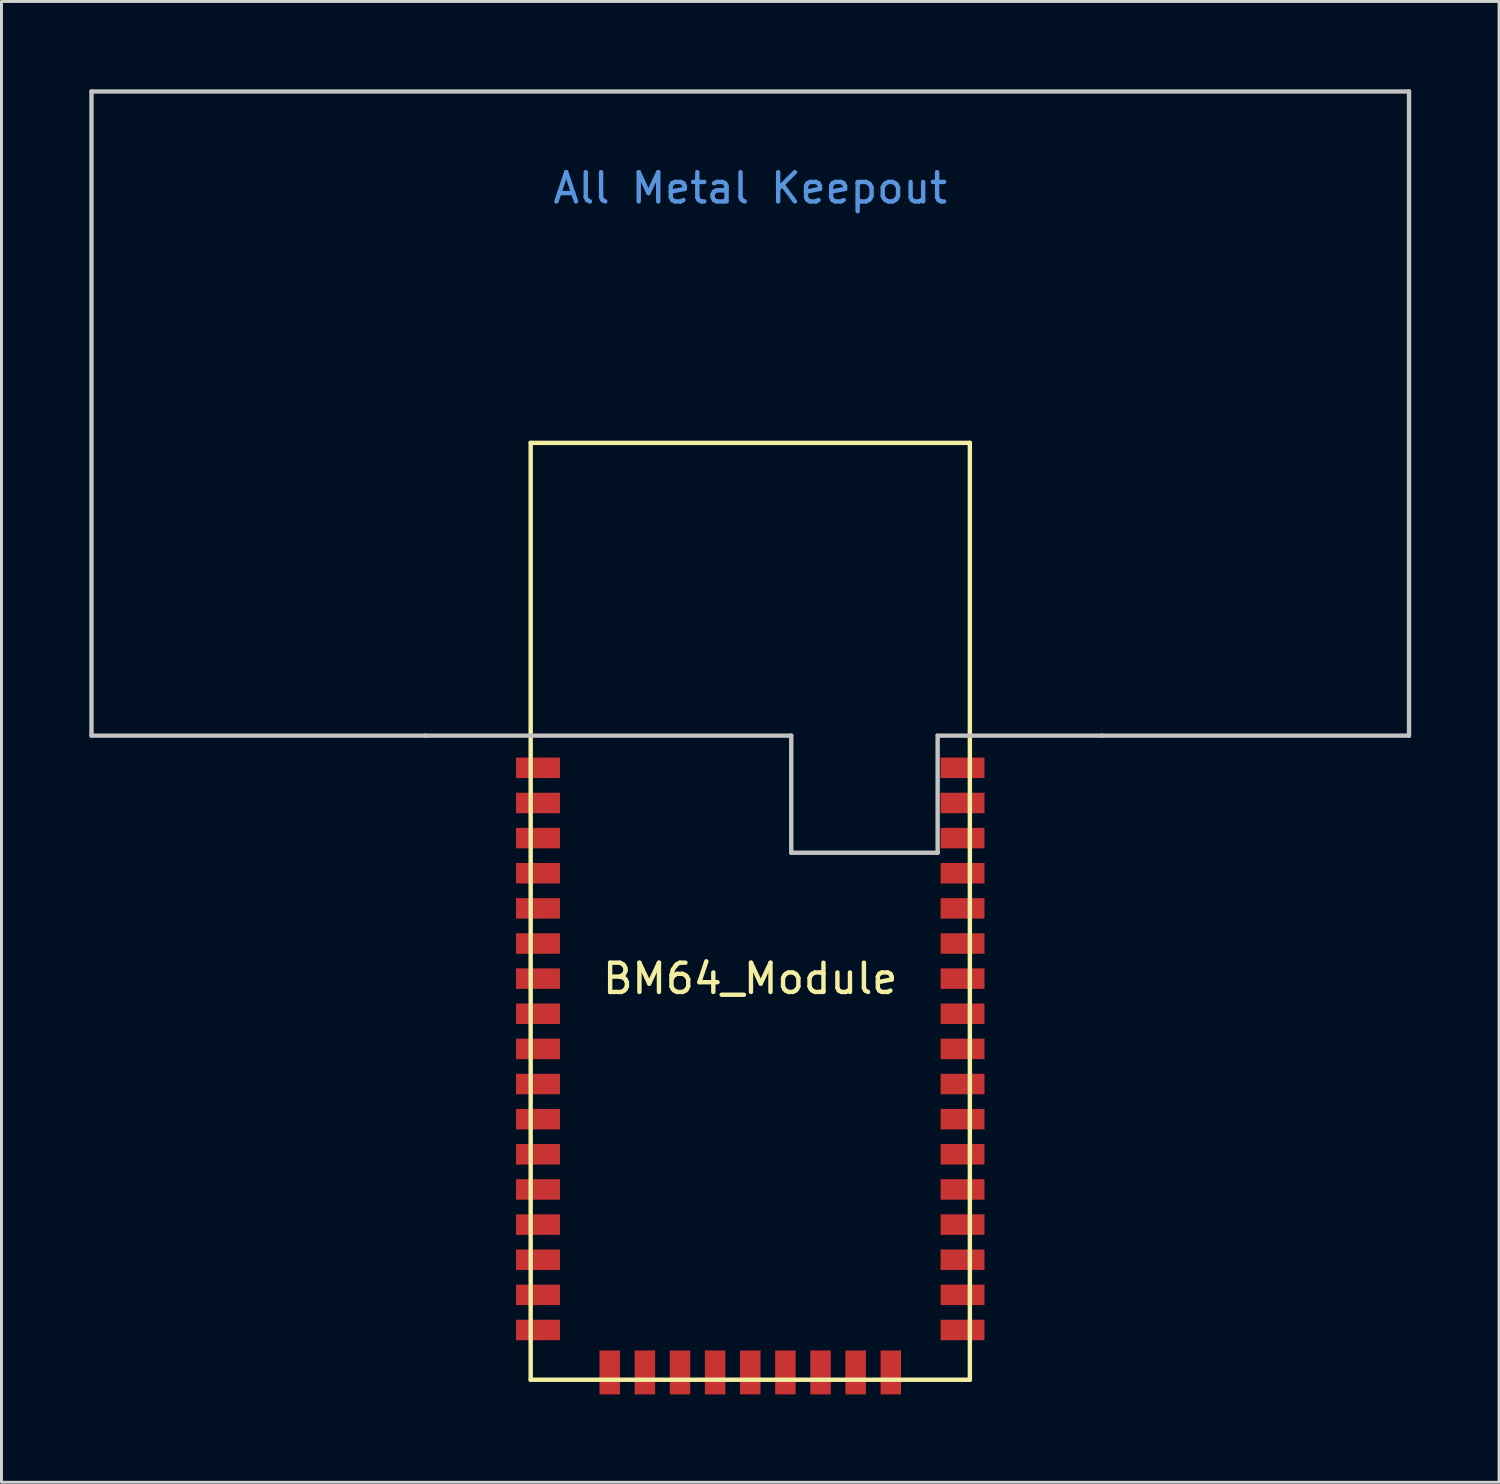
<source format=kicad_pcb>
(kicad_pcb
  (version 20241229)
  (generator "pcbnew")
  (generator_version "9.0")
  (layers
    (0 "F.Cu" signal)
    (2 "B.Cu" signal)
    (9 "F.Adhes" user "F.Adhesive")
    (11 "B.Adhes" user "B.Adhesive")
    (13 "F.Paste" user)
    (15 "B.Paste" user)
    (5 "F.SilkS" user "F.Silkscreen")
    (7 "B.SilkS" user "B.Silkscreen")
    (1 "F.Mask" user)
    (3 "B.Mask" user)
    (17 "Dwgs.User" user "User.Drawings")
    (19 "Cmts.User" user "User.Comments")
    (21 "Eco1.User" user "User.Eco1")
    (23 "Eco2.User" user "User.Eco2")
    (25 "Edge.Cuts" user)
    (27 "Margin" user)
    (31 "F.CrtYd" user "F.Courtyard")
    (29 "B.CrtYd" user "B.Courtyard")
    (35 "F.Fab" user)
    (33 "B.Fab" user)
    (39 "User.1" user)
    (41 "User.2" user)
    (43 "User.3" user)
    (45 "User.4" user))
  (footprint "BM64_Module"
    (layer "F.Cu")
    (at 22.575 28.075)
    (property "Reference" "BM64_Module" (at 0 2.3 0) (layer "F.SilkS") (effects (font (size 1 1) (thickness 0.15))))
    (attr smd)
    (fp_line (start -7.5 -16) (end -7.5 16) (stroke (width 0.15) (type solid)) (layer "F.SilkS"))
    (fp_line (start -7.5 16) (end 7.5 16) (stroke (width 0.15) (type solid)) (layer "F.SilkS"))
    (fp_line (start 7.5 -16) (end -7.5 -16) (stroke (width 0.15) (type solid)) (layer "F.SilkS"))
    (fp_line (start 7.5 16) (end 7.5 -16) (stroke (width 0.15) (type solid)) (layer "F.SilkS"))
    (fp_line (start -22.5 -28) (end 22.5 -28) (stroke (width 0.15) (type solid)) (layer "Dwgs.User"))
    (fp_line (start -22.5 -6) (end -22.5 -28) (stroke (width 0.15) (type solid)) (layer "Dwgs.User"))
    (fp_line (start -11.1 -6) (end -22.5 -6) (stroke (width 0.15) (type solid)) (layer "Dwgs.User"))
    (fp_line (start 1.4 -6) (end -11.1 -6) (stroke (width 0.15) (type solid)) (layer "Dwgs.User"))
    (fp_line (start 1.4 -2) (end 1.4 -6) (stroke (width 0.15) (type solid)) (layer "Dwgs.User"))
    (fp_line (start 6.4 -6) (end 6.4 -2) (stroke (width 0.15) (type solid)) (layer "Dwgs.User"))
    (fp_line (start 6.4 -2) (end 1.4 -2) (stroke (width 0.15) (type solid)) (layer "Dwgs.User"))
    (fp_line (start 12 -6) (end 6.4 -6) (stroke (width 0.15) (type solid)) (layer "Dwgs.User"))
    (fp_line (start 22.5 -28) (end 22.5 -6) (stroke (width 0.15) (type solid)) (layer "Dwgs.User"))
    (fp_line (start 22.5 -6) (end 12 -6) (stroke (width 0.15) (type solid)) (layer "Dwgs.User"))
    (fp_text user "All Metal Keepout" (at 0 -24.7 0) (layer "Cmts.User") (effects (font (size 1 1) (thickness 0.15))))
    (pad "1" smd rect (at -7.25 -4.9) (size 1.5 0.7) (layers "F.Cu" "F.Mask" "F.Paste"))
    (pad "2" smd rect (at -7.25 -3.7) (size 1.5 0.7) (layers "F.Cu" "F.Mask" "F.Paste"))
    (pad "3" smd rect (at -7.25 -2.5) (size 1.5 0.7) (layers "F.Cu" "F.Mask" "F.Paste"))
    (pad "4" smd rect (at -7.25 -1.3) (size 1.5 0.7) (layers "F.Cu" "F.Mask" "F.Paste"))
    (pad "5" smd rect (at -7.25 -0.1) (size 1.5 0.7) (layers "F.Cu" "F.Mask" "F.Paste"))
    (pad "6" smd rect (at -7.25 1.1) (size 1.5 0.7) (layers "F.Cu" "F.Mask" "F.Paste"))
    (pad "7" smd rect (at -7.25 2.3) (size 1.5 0.7) (layers "F.Cu" "F.Mask" "F.Paste"))
    (pad "8" smd rect (at -7.25 3.5) (size 1.5 0.7) (layers "F.Cu" "F.Mask" "F.Paste"))
    (pad "9" smd rect (at -7.25 4.7) (size 1.5 0.7) (layers "F.Cu" "F.Mask" "F.Paste"))
    (pad "10" smd rect (at -7.25 5.9) (size 1.5 0.7) (layers "F.Cu" "F.Mask" "F.Paste"))
    (pad "11" smd rect (at -7.25 7.1) (size 1.5 0.7) (layers "F.Cu" "F.Mask" "F.Paste"))
    (pad "12" smd rect (at -7.25 8.3) (size 1.5 0.7) (layers "F.Cu" "F.Mask" "F.Paste"))
    (pad "13" smd rect (at -7.25 9.5) (size 1.5 0.7) (layers "F.Cu" "F.Mask" "F.Paste"))
    (pad "14" smd rect (at -7.25 10.7) (size 1.5 0.7) (layers "F.Cu" "F.Mask" "F.Paste"))
    (pad "15" smd rect (at -7.25 11.9 180) (size 1.5 0.7) (layers "F.Cu" "F.Mask" "F.Paste"))
    (pad "16" smd rect (at -7.25 13.1 180) (size 1.5 0.7) (layers "F.Cu" "F.Mask" "F.Paste"))
    (pad "17" smd rect (at -7.25 14.3 180) (size 1.5 0.7) (layers "F.Cu" "F.Mask" "F.Paste"))
    (pad "18" smd rect (at -4.8 15.75 90) (size 1.5 0.7) (layers "F.Cu" "F.Mask" "F.Paste"))
    (pad "19" smd rect (at -3.6 15.75 90) (size 1.5 0.7) (layers "F.Cu" "F.Mask" "F.Paste"))
    (pad "20" smd rect (at -2.4 15.75 90) (size 1.5 0.7) (layers "F.Cu" "F.Mask" "F.Paste"))
    (pad "21" smd rect (at -1.2 15.75 90) (size 1.5 0.7) (layers "F.Cu" "F.Mask" "F.Paste"))
    (pad "22" smd rect (at 0 15.75 90) (size 1.5 0.7) (layers "F.Cu" "F.Mask" "F.Paste"))
    (pad "23" smd rect (at 1.2 15.75 90) (size 1.5 0.7) (layers "F.Cu" "F.Mask" "F.Paste"))
    (pad "24" smd rect (at 2.4 15.75 90) (size 1.5 0.7) (layers "F.Cu" "F.Mask" "F.Paste"))
    (pad "25" smd rect (at 3.6 15.75 90) (size 1.5 0.7) (layers "F.Cu" "F.Mask" "F.Paste"))
    (pad "26" smd rect (at 4.8 15.75 90) (size 1.5 0.7) (layers "F.Cu" "F.Mask" "F.Paste"))
    (pad "27" smd rect (at 7.25 14.3) (size 1.5 0.7) (layers "F.Cu" "F.Mask" "F.Paste"))
    (pad "28" smd rect (at 7.25 13.1) (size 1.5 0.7) (layers "F.Cu" "F.Mask" "F.Paste"))
    (pad "29" smd rect (at 7.25 11.9) (size 1.5 0.7) (layers "F.Cu" "F.Mask" "F.Paste"))
    (pad "30" smd rect (at 7.25 10.7) (size 1.5 0.7) (layers "F.Cu" "F.Mask" "F.Paste"))
    (pad "31" smd rect (at 7.25 9.5) (size 1.5 0.7) (layers "F.Cu" "F.Mask" "F.Paste"))
    (pad "32" smd rect (at 7.25 8.3) (size 1.5 0.7) (layers "F.Cu" "F.Mask" "F.Paste"))
    (pad "33" smd rect (at 7.25 7.1) (size 1.5 0.7) (layers "F.Cu" "F.Mask" "F.Paste"))
    (pad "34" smd rect (at 7.25 5.9) (size 1.5 0.7) (layers "F.Cu" "F.Mask" "F.Paste"))
    (pad "35" smd rect (at 7.25 4.7) (size 1.5 0.7) (layers "F.Cu" "F.Mask" "F.Paste"))
    (pad "36" smd rect (at 7.25 3.5) (size 1.5 0.7) (layers "F.Cu" "F.Mask" "F.Paste"))
    (pad "37" smd rect (at 7.25 2.3) (size 1.5 0.7) (layers "F.Cu" "F.Mask" "F.Paste"))
    (pad "38" smd rect (at 7.25 1.1) (size 1.5 0.7) (layers "F.Cu" "F.Mask" "F.Paste"))
    (pad "39" smd rect (at 7.25 -0.1) (size 1.5 0.7) (layers "F.Cu" "F.Mask" "F.Paste"))
    (pad "40" smd rect (at 7.25 -1.3) (size 1.5 0.7) (layers "F.Cu" "F.Mask" "F.Paste"))
    (pad "41" smd rect (at 7.25 -2.5) (size 1.5 0.7) (layers "F.Cu" "F.Mask" "F.Paste"))
    (pad "42" smd rect (at 7.25 -3.7) (size 1.5 0.7) (layers "F.Cu" "F.Mask" "F.Paste"))
    (pad "43" smd rect (at 7.25 -4.9) (size 1.5 0.7) (layers "F.Cu" "F.Mask" "F.Paste")))
  (gr_rect
    (start -3 -3)
    (end 48.15 47.575)
    (stroke (width 0.1) (type default))
    (fill no)
    (layer "Edge.Cuts")))
</source>
